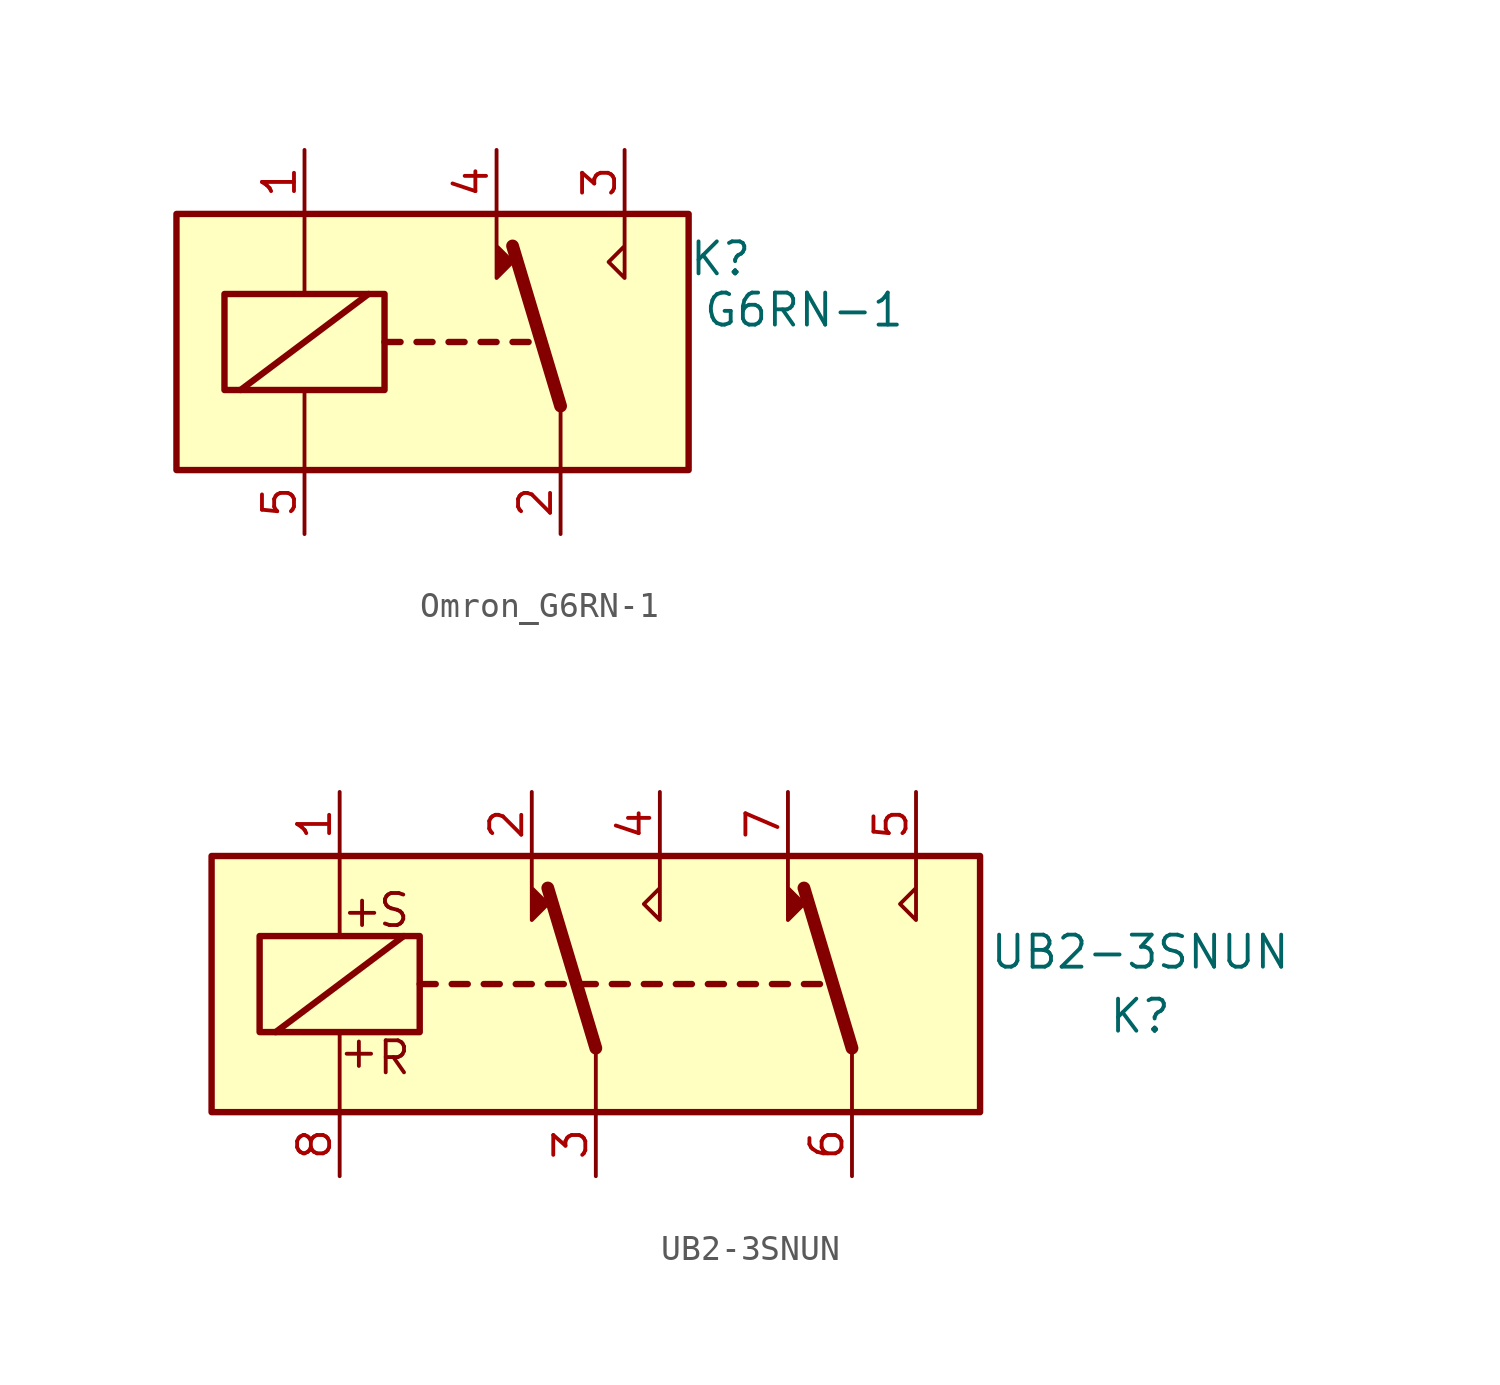
<source format=kicad_sym>
(kicad_symbol_lib
  (version 20231120)
  (generator "kicad_symbol_editor")
  (generator_version "8.0")
  (symbol "Omron_G6RN-1"
    (property "Reference" "K"
      (at 11.43 3.302 0)
      (effects (font (size 1.27 1.27))))
    (property "Value" "G6RN-1"
      (at 14.732 1.27 0)
      (effects (font (size 1.27 1.27))))
    (symbol "Omron_G6RN-1_0_0"
      (polyline (pts (xy 7.62 5.08) (xy 7.62 2.54) (xy 6.985 3.175) (xy 7.62 3.81)) (stroke (width 0) (type default)) (fill (type none))))
    (symbol "Omron_G6RN-1_0_1"
      (rectangle (start -10.16 5.08) (end 10.16 -5.08) (stroke (width 0.254) (type default)) (fill (type background)))
      (rectangle (start -8.255 1.905) (end -1.905 -1.905) (stroke (width 0.254) (type default)) (fill (type none)))
      (polyline (pts (xy -7.62 -1.905) (xy -2.54 1.905)) (stroke (width 0.254) (type default)) (fill (type none)))
      (polyline (pts (xy -5.08 -5.08) (xy -5.08 -1.905)) (stroke (width 0) (type default)) (fill (type none)))
      (polyline (pts (xy -5.08 5.08) (xy -5.08 1.905)) (stroke (width 0) (type default)) (fill (type none)))
      (polyline (pts (xy -1.905 0) (xy -1.27 0)) (stroke (width 0.254) (type default)) (fill (type none)))
      (polyline (pts (xy -0.635 0) (xy 0 0)) (stroke (width 0.254) (type default)) (fill (type none)))
      (polyline (pts (xy 0.635 0) (xy 1.27 0)) (stroke (width 0.254) (type default)) (fill (type none)))
      (polyline (pts (xy 1.905 0) (xy 2.54 0)) (stroke (width 0.254) (type default)) (fill (type none)))
      (polyline (pts (xy 3.175 0) (xy 3.81 0)) (stroke (width 0.254) (type default)) (fill (type none)))
      (polyline (pts (xy 5.08 -2.54) (xy 3.175 3.81)) (stroke (width 0.508) (type default)) (fill (type none)))
      (polyline (pts (xy 5.08 -2.54) (xy 5.08 -5.08)) (stroke (width 0) (type default)) (fill (type none)))
      (polyline (pts (xy 2.54 5.08) (xy 2.54 2.54) (xy 3.175 3.175) (xy 2.54 3.81)) (stroke (width 0) (type default)) (fill (type outline))))
    (symbol "Omron_G6RN-1_1_1"
      (pin passive line (at -5.08 7.62 270) (length 2.54) (name "~" (effects (font (size 1.27 1.27)))) (number "1" (effects (font (size 1.27 1.27)))))
      (pin passive line (at 5.08 -7.62 90) (length 2.54) (name "~" (effects (font (size 1.27 1.27)))) (number "2" (effects (font (size 1.27 1.27)))))
      (pin passive line (at 7.62 7.62 270) (length 2.54) (name "~" (effects (font (size 1.27 1.27)))) (number "3" (effects (font (size 1.27 1.27)))))
      (pin passive line (at 2.54 7.62 270) (length 2.54) (name "~" (effects (font (size 1.27 1.27)))) (number "4" (effects (font (size 1.27 1.27)))))
      (pin passive line (at -5.08 -7.62 90) (length 2.54) (name "~" (effects (font (size 1.27 1.27)))) (number "5" (effects (font (size 1.27 1.27)))))))
  (symbol "UB2-3SNUN"
    (property "Reference" "K"
      (at 21.59 -1.27 0)
      (effects (font (size 1.27 1.27))))
    (property "Value" "UB2-3SNUN"
      (at 21.59 1.27 0)
      (effects (font (size 1.27 1.27))))
    (symbol "UB2-3SNUN_1_1"
      (rectangle (start -15.24 5.08) (end 15.24 -5.08) (stroke (width 0.254) (type default)) (fill (type background)))
      (rectangle (start -13.335 1.905) (end -6.985 -1.905) (stroke (width 0.254) (type default)) (fill (type none)))
      (polyline (pts (xy -12.7 -1.905) (xy -7.62 1.905)) (stroke (width 0.254) (type default)) (fill (type none)))
      (polyline (pts (xy -10.16 -5.08) (xy -10.16 -1.905)) (stroke (width 0) (type default)) (fill (type none)))
      (polyline (pts (xy -10.16 5.08) (xy -10.16 1.905)) (stroke (width 0) (type default)) (fill (type none)))
      (polyline (pts (xy -6.985 0) (xy -6.35 0)) (stroke (width 0.254) (type default)) (fill (type none)))
      (polyline (pts (xy -5.715 0) (xy -5.08 0)) (stroke (width 0.254) (type default)) (fill (type none)))
      (polyline (pts (xy -4.445 0) (xy -3.81 0)) (stroke (width 0.254) (type default)) (fill (type none)))
      (polyline (pts (xy -3.175 0) (xy -2.54 0)) (stroke (width 0.254) (type default)) (fill (type none)))
      (polyline (pts (xy -1.905 0) (xy -1.27 0)) (stroke (width 0.254) (type default)) (fill (type none)))
      (polyline (pts (xy -0.635 0) (xy 0 0)) (stroke (width 0.254) (type default)) (fill (type none)))
      (polyline (pts (xy 0 -2.54) (xy -1.905 3.81)) (stroke (width 0.508) (type default)) (fill (type none)))
      (polyline (pts (xy 0 -2.54) (xy 0 -5.08)) (stroke (width 0) (type default)) (fill (type none)))
      (polyline (pts (xy 0.635 0) (xy 1.27 0)) (stroke (width 0.254) (type default)) (fill (type none)))
      (polyline (pts (xy 1.905 0) (xy 2.54 0)) (stroke (width 0.254) (type default)) (fill (type none)))
      (polyline (pts (xy 3.175 0) (xy 3.81 0)) (stroke (width 0.254) (type default)) (fill (type none)))
      (polyline (pts (xy 4.445 0) (xy 5.08 0)) (stroke (width 0.254) (type default)) (fill (type none)))
      (polyline (pts (xy 5.715 0) (xy 6.35 0)) (stroke (width 0.254) (type default)) (fill (type none)))
      (polyline (pts (xy 6.985 0) (xy 7.62 0)) (stroke (width 0.254) (type default)) (fill (type none)))
      (polyline (pts (xy 8.255 0) (xy 8.89 0)) (stroke (width 0.254) (type default)) (fill (type none)))
      (polyline (pts (xy 10.16 -2.54) (xy 8.255 3.81)) (stroke (width 0.508) (type default)) (fill (type none)))
      (polyline (pts (xy 10.16 -2.54) (xy 10.16 -5.08)) (stroke (width 0) (type default)) (fill (type none)))
      (polyline (pts (xy -2.54 5.08) (xy -2.54 2.54) (xy -1.905 3.175) (xy -2.54 3.81)) (stroke (width 0) (type default)) (fill (type outline)))
      (polyline (pts (xy 2.54 5.08) (xy 2.54 2.54) (xy 1.905 3.175) (xy 2.54 3.81)) (stroke (width 0) (type default)) (fill (type none)))
      (polyline (pts (xy 7.62 5.08) (xy 7.62 2.54) (xy 8.255 3.175) (xy 7.62 3.81)) (stroke (width 0) (type default)) (fill (type outline)))
      (polyline (pts (xy 12.7 5.08) (xy 12.7 2.54) (xy 12.065 3.175) (xy 12.7 3.81)) (stroke (width 0) (type default)) (fill (type none)))
      (text "+" (at -9.398 -2.667 0) (effects (font (size 1.27 1.27))))
      (text "+" (at -9.271 2.921 0) (effects (font (size 1.27 1.27))))
      (text "R" (at -8.001 -2.921 0) (effects (font (size 1.27 1.27))))
      (text "S" (at -8.001 2.921 0) (effects (font (size 1.27 1.27))))
      (pin passive line (at -10.16 7.62 270) (length 2.54) (name "~" (effects (font (size 1.27 1.27)))) (number "1" (effects (font (size 1.27 1.27)))))
      (pin passive line (at -2.54 7.62 270) (length 2.54) (name "~" (effects (font (size 1.27 1.27)))) (number "2" (effects (font (size 1.27 1.27)))))
      (pin passive line (at 0 -7.62 90) (length 2.54) (name "~" (effects (font (size 1.27 1.27)))) (number "3" (effects (font (size 1.27 1.27)))))
      (pin passive line (at 2.54 7.62 270) (length 2.54) (name "~" (effects (font (size 1.27 1.27)))) (number "4" (effects (font (size 1.27 1.27)))))
      (pin passive line (at 12.7 7.62 270) (length 2.54) (name "~" (effects (font (size 1.27 1.27)))) (number "5" (effects (font (size 1.27 1.27)))))
      (pin passive line (at 10.16 -7.62 90) (length 2.54) (name "~" (effects (font (size 1.27 1.27)))) (number "6" (effects (font (size 1.27 1.27)))))
      (pin passive line (at 7.62 7.62 270) (length 2.54) (name "~" (effects (font (size 1.27 1.27)))) (number "7" (effects (font (size 1.27 1.27)))))
      (pin passive line (at -10.16 -7.62 90) (length 2.54) (name "~" (effects (font (size 1.27 1.27)))) (number "8" (effects (font (size 1.27 1.27))))))))
</source>
